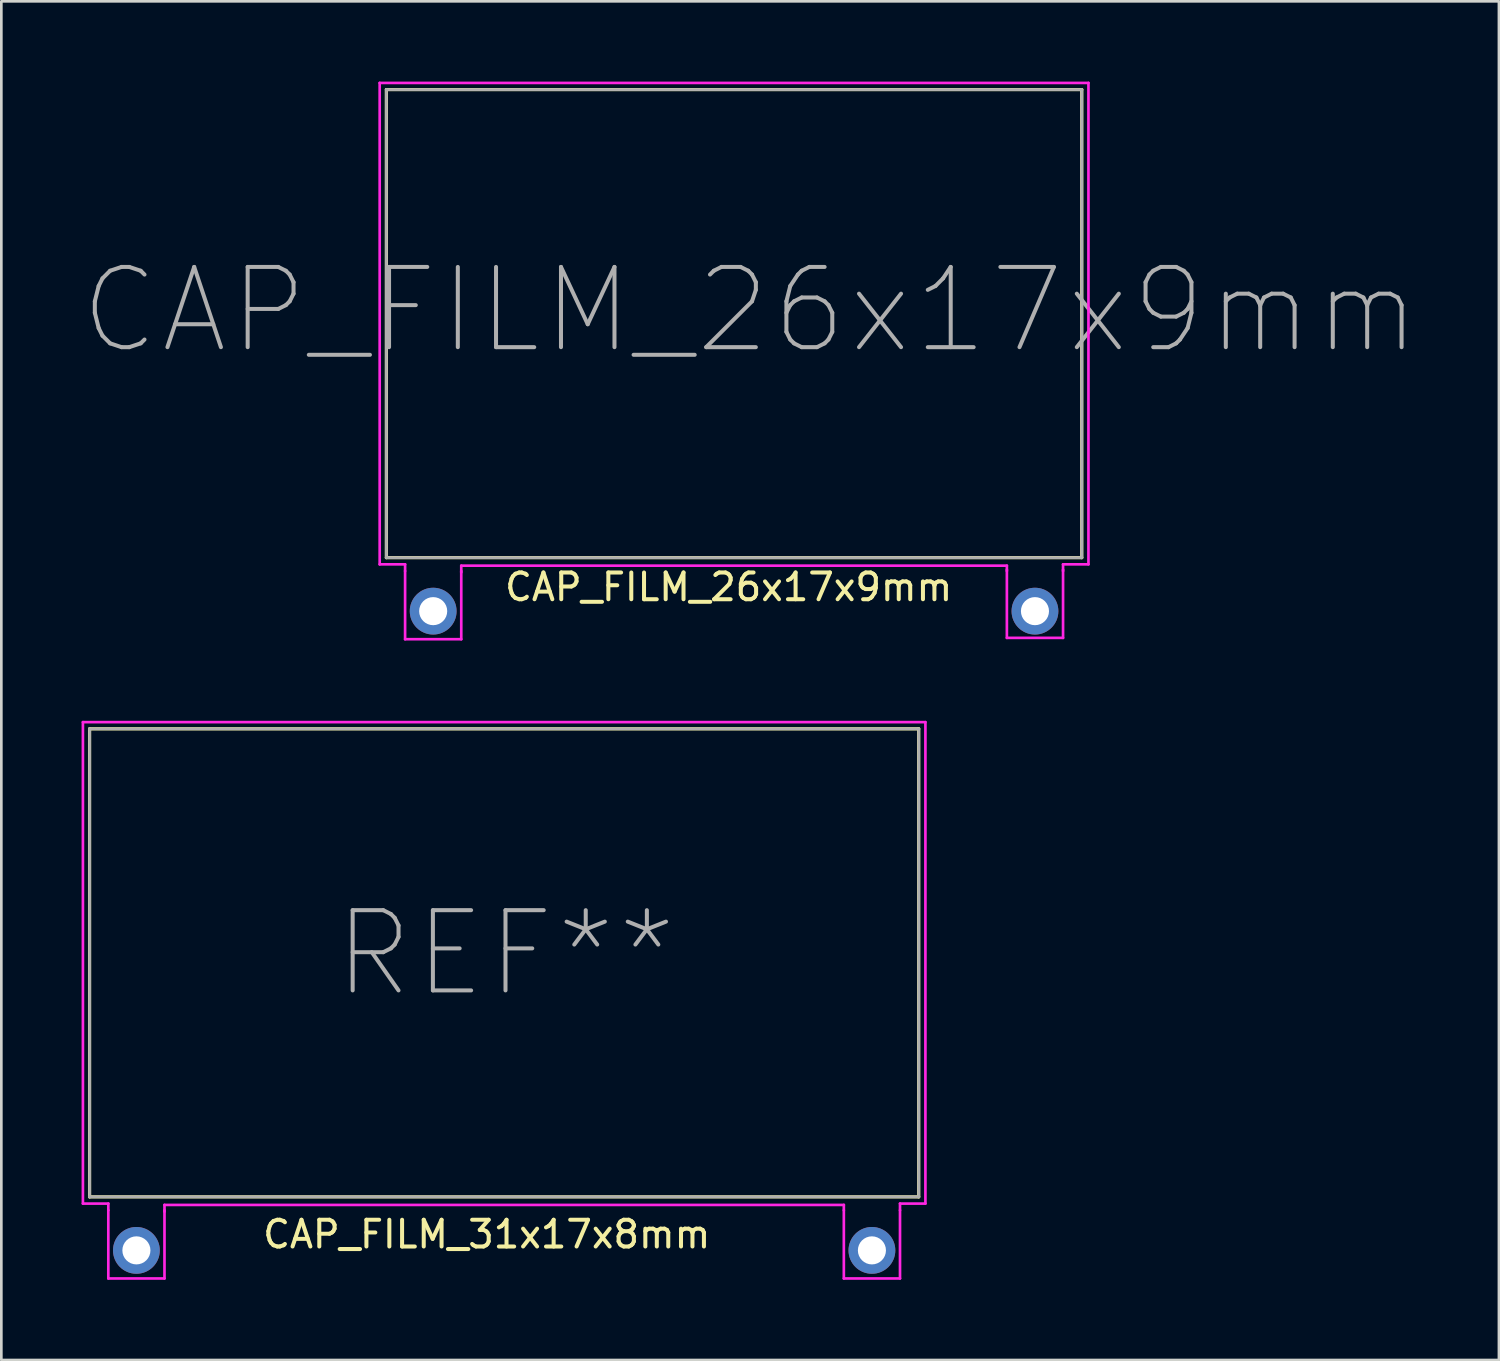
<source format=kicad_pcb>
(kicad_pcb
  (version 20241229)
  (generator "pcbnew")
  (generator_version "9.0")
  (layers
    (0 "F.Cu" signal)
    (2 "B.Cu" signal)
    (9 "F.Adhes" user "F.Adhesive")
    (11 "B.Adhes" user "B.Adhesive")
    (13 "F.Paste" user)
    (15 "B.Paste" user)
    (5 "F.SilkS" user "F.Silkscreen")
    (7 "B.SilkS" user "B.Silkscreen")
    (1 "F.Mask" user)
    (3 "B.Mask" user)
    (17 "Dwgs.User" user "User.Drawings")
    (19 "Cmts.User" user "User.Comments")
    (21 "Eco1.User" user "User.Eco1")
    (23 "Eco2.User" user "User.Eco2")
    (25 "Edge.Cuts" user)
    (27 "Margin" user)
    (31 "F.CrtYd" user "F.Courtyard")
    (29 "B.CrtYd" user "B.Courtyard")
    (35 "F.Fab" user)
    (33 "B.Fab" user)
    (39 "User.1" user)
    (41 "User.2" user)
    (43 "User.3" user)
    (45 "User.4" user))
  (footprint "CAP_FILM_31x17x8mm"
    (layer "F.Cu")
    (at 2.05 43.7)
    (property "Reference" "CAP_FILM_31x17x8mm" (at 13.1 -0.6 0) (layer "F.SilkS") (effects (font (size 1 1) (thickness 0.15))))
    (attr through_hole)
    (fp_line (start -1.75 -19.5) (end 29.25 -19.5) (stroke (width 0.12) (type solid)) (layer "F.SilkS"))
    (fp_line (start -1.75 -2) (end -1.75 -19.5) (stroke (width 0.12) (type solid)) (layer "F.SilkS"))
    (fp_line (start -1.75 -2) (end 29.25 -2) (stroke (width 0.12) (type solid)) (layer "F.SilkS"))
    (fp_line (start 29.25 -2) (end 29.25 -19.5) (stroke (width 0.12) (type solid)) (layer "F.SilkS"))
    (fp_line (start -2 -19.75) (end -2 -1.75) (stroke (width 0.1) (type solid)) (layer "F.CrtYd"))
    (fp_line (start -2 -1.75) (end -1.05 -1.75) (stroke (width 0.1) (type solid)) (layer "F.CrtYd"))
    (fp_line (start -1.05 -1.75) (end -1.05 -1.5) (stroke (width 0.1) (type solid)) (layer "F.CrtYd"))
    (fp_line (start -1.05 1.05) (end -1.05 -1.5) (stroke (width 0.1) (type solid)) (layer "F.CrtYd"))
    (fp_line (start -1.05 1.05) (end 1.05 1.05) (stroke (width 0.1) (type solid)) (layer "F.CrtYd"))
    (fp_line (start 1.05 -1.7) (end 1.05 -1.45) (stroke (width 0.1) (type solid)) (layer "F.CrtYd"))
    (fp_line (start 1.05 1.05) (end 1.05 -1.5) (stroke (width 0.1) (type solid)) (layer "F.CrtYd"))
    (fp_line (start 26.45 -1.7) (end 1.05 -1.7) (stroke (width 0.1) (type solid)) (layer "F.CrtYd"))
    (fp_line (start 26.45 -1.5) (end 26.45 -1.7) (stroke (width 0.1) (type solid)) (layer "F.CrtYd"))
    (fp_line (start 26.45 1.05) (end 26.45 -1.5) (stroke (width 0.1) (type solid)) (layer "F.CrtYd"))
    (fp_line (start 26.45 1.05) (end 28.55 1.05) (stroke (width 0.1) (type solid)) (layer "F.CrtYd"))
    (fp_line (start 28.55 -1.75) (end 28.55 -1.5) (stroke (width 0.1) (type solid)) (layer "F.CrtYd"))
    (fp_line (start 28.55 1.05) (end 28.55 -1.5) (stroke (width 0.1) (type solid)) (layer "F.CrtYd"))
    (fp_line (start 29.5 -19.75) (end -2 -19.75) (stroke (width 0.1) (type solid)) (layer "F.CrtYd"))
    (fp_line (start 29.5 -1.75) (end 28.55 -1.75) (stroke (width 0.1) (type solid)) (layer "F.CrtYd"))
    (fp_line (start 29.5 -1.75) (end 29.5 -19.75) (stroke (width 0.1) (type solid)) (layer "F.CrtYd"))
    (fp_line (start -1.75 -19.5) (end 29.25 -19.5) (stroke (width 0.1) (type solid)) (layer "F.Fab"))
    (fp_line (start -1.75 -2) (end -1.75 -19.5) (stroke (width 0.1) (type solid)) (layer "F.Fab"))
    (fp_line (start -1.75 -2) (end 29.25 -2) (stroke (width 0.1) (type solid)) (layer "F.Fab"))
    (fp_line (start 29.25 -2) (end 29.25 -19.5) (stroke (width 0.1) (type solid)) (layer "F.Fab"))
    (fp_text user "REF**" (at 13.8 -11.1 0) (layer "F.Fab") (effects (font (size 3 3) (thickness 0.15))))
    (pad "1" thru_hole circle (at 0 0) (size 1.75 1.75) (drill 1.05) (layers "*.Cu" "*.Mask"))
    (pad "2" thru_hole circle (at 27.5 0) (size 1.75 1.75) (drill 1.05) (layers "*.Cu" "*.Mask")))
  (footprint "CAP_FILM_26x17x9mm"
    (layer "F.Cu")
    (at 13.146 19.8)
    (property "Reference" "CAP_FILM_26x17x9mm" (at 11.05 -0.9 0) (layer "F.SilkS") (effects (font (size 1 1) (thickness 0.15))))
    (attr through_hole)
    (fp_line (start -1.75 -19.5) (end 24.25 -19.5) (stroke (width 0.12) (type solid)) (layer "F.SilkS"))
    (fp_line (start -1.75 -2) (end -1.75 -19.5) (stroke (width 0.12) (type solid)) (layer "F.SilkS"))
    (fp_line (start -1.75 -2) (end 24.25 -2) (stroke (width 0.12) (type solid)) (layer "F.SilkS"))
    (fp_line (start 24.25 -2) (end 24.25 -19.5) (stroke (width 0.12) (type solid)) (layer "F.SilkS"))
    (fp_line (start -2 -19.75) (end -2 -1.75) (stroke (width 0.1) (type solid)) (layer "F.CrtYd"))
    (fp_line (start -2 -1.75) (end -1.05 -1.75) (stroke (width 0.1) (type solid)) (layer "F.CrtYd"))
    (fp_line (start -1.05 -1.75) (end -1.05 -1.5) (stroke (width 0.1) (type solid)) (layer "F.CrtYd"))
    (fp_line (start -1.05 1.05) (end -1.05 -1.5) (stroke (width 0.1) (type solid)) (layer "F.CrtYd"))
    (fp_line (start -1.05 1.05) (end 1.05 1.05) (stroke (width 0.1) (type solid)) (layer "F.CrtYd"))
    (fp_line (start 1.05 -1.7) (end 1.05 -1.45) (stroke (width 0.1) (type solid)) (layer "F.CrtYd"))
    (fp_line (start 1.05 1.05) (end 1.05 -1.5) (stroke (width 0.1) (type solid)) (layer "F.CrtYd"))
    (fp_line (start 21.45 -1.7) (end 1.05 -1.7) (stroke (width 0.1) (type solid)) (layer "F.CrtYd"))
    (fp_line (start 21.45 -1.5) (end 21.45 -1.7) (stroke (width 0.1) (type solid)) (layer "F.CrtYd"))
    (fp_line (start 21.45 1) (end 21.45 -1.55) (stroke (width 0.1) (type solid)) (layer "F.CrtYd"))
    (fp_line (start 21.45 1) (end 23.55 1) (stroke (width 0.1) (type solid)) (layer "F.CrtYd"))
    (fp_line (start 23.55 -1.75) (end 23.55 -1.5) (stroke (width 0.1) (type solid)) (layer "F.CrtYd"))
    (fp_line (start 23.55 1) (end 23.55 -1.55) (stroke (width 0.1) (type solid)) (layer "F.CrtYd"))
    (fp_line (start 24.5 -19.75) (end -2 -19.75) (stroke (width 0.1) (type solid)) (layer "F.CrtYd"))
    (fp_line (start 24.5 -1.75) (end 23.55 -1.75) (stroke (width 0.1) (type solid)) (layer "F.CrtYd"))
    (fp_line (start 24.5 -1.75) (end 24.5 -19.75) (stroke (width 0.1) (type solid)) (layer "F.CrtYd"))
    (fp_line (start -1.75 -19.5) (end 24.25 -19.5) (stroke (width 0.1) (type solid)) (layer "F.Fab"))
    (fp_line (start -1.75 -2) (end -1.75 -19.5) (stroke (width 0.1) (type solid)) (layer "F.Fab"))
    (fp_line (start -1.75 -2) (end 24.25 -2) (stroke (width 0.1) (type solid)) (layer "F.Fab"))
    (fp_line (start 24.25 -2) (end 24.25 -19.5) (stroke (width 0.1) (type solid)) (layer "F.Fab"))
    (fp_text user "${REFERENCE}" (at 11.85 -11.25 0) (layer "F.Fab") (effects (font (size 3 3) (thickness 0.15))))
    (pad "1" thru_hole circle (at 0 0) (size 1.75 1.75) (drill 1.05) (layers "*.Cu" "*.Mask"))
    (pad "2" thru_hole circle (at 22.5 0) (size 1.75 1.75) (drill 1.05) (layers "*.Cu" "*.Mask")))
  (gr_rect
    (start -3 -3)
    (end 52.993 47.8)
    (stroke (width 0.1) (type default))
    (fill no)
    (layer "Edge.Cuts")))
</source>
